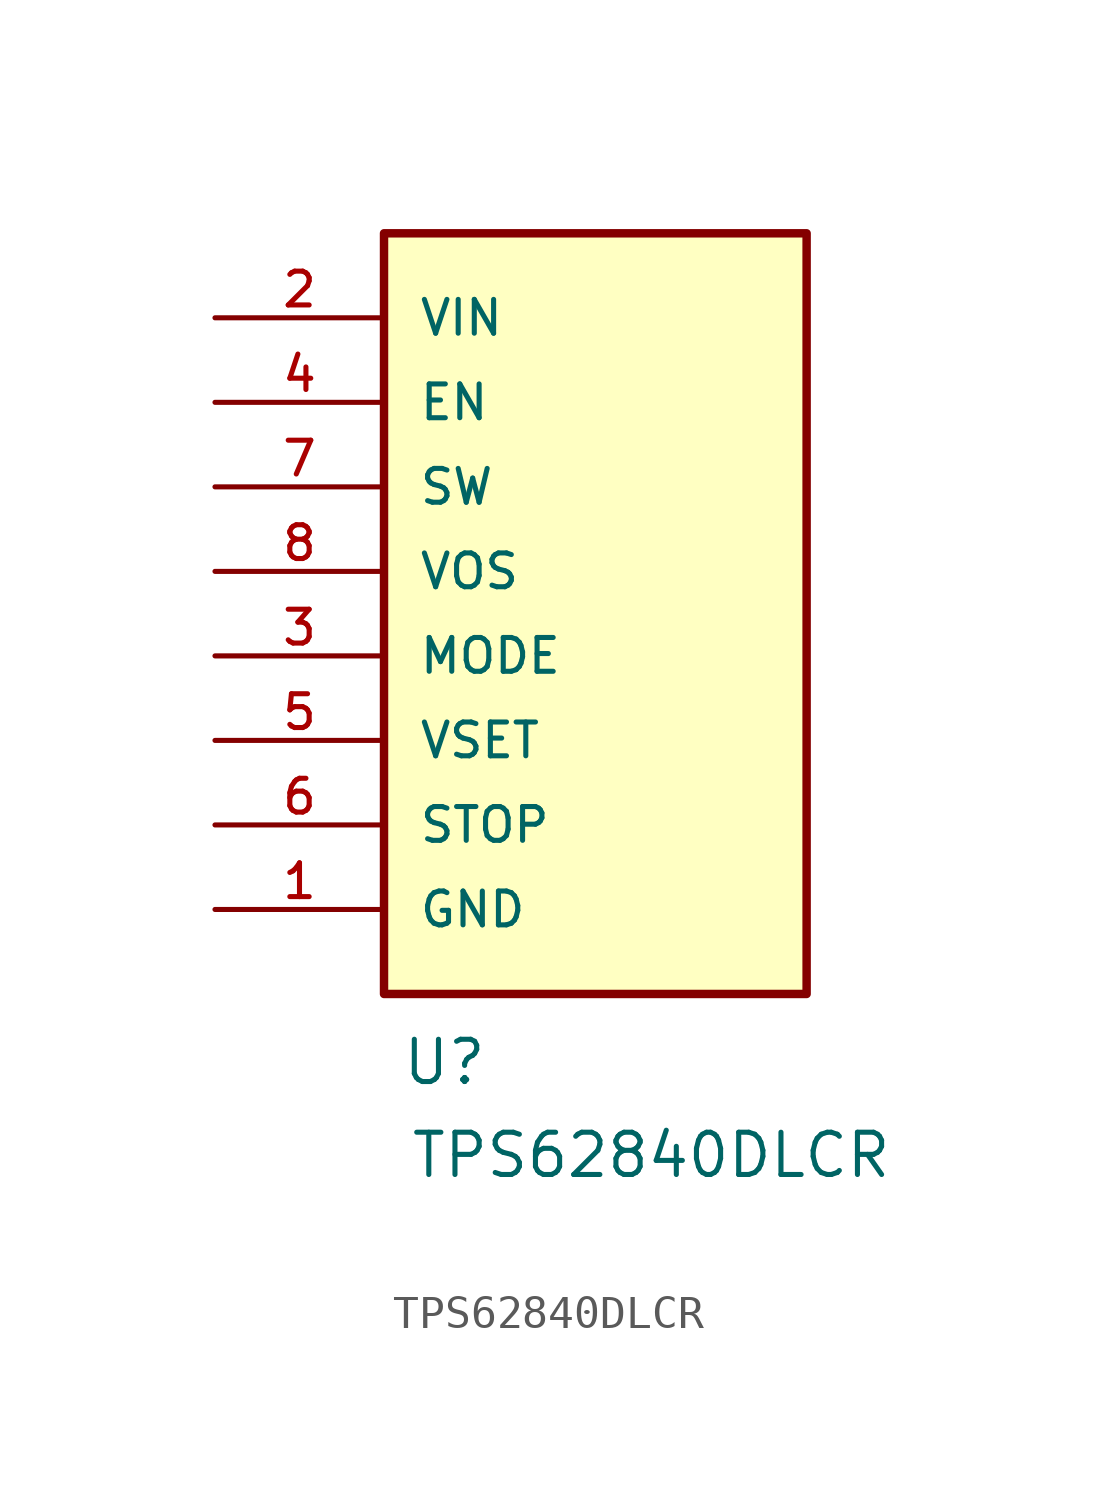
<source format=kicad_sym>
(kicad_symbol_lib
  (version 20241209)
  (generator "kicad_symbol_editor")
  (generator_version "9.0")
  (symbol "TPS62840DLCR"
    (pin_names
      (offset 1.016))
    (property "Reference" "U"
      (at 0.508 -2.794 0)
      (effects (font (size 1.27 1.27)) (justify left bottom)))
    (property "Value" "TPS62840DLCR"
      (at 0.762 -5.588 0)
      (effects (font (size 1.27 1.27)) (justify left bottom)))
    (symbol "TPS62840DLCR_0_0"
      (rectangle (start 0 22.86) (end 12.7 0) (stroke (width 0.254) (type default)) (fill (type background)))
      (pin power_in line (at -5.08 20.32 0) (length 5.08) (name "VIN" (effects (font (size 1.016 1.016)))) (number "2" (effects (font (size 1.016 1.016)))))
      (pin input line (at -5.08 17.78 0) (length 5.08) (name "EN" (effects (font (size 1.016 1.016)))) (number "4" (effects (font (size 1.016 1.016)))))
      (pin power_in line (at -5.08 15.24 0) (length 5.08) (name "SW" (effects (font (size 1.016 1.016)))) (number "7" (effects (font (size 1.016 1.016)))))
      (pin input line (at -5.08 12.7 0) (length 5.08) (name "VOS" (effects (font (size 1.016 1.016)))) (number "8" (effects (font (size 1.016 1.016)))))
      (pin input line (at -5.08 10.16 0) (length 5.08) (name "MODE" (effects (font (size 1.016 1.016)))) (number "3" (effects (font (size 1.016 1.016)))))
      (pin input line (at -5.08 7.62 0) (length 5.08) (name "VSET" (effects (font (size 1.016 1.016)))) (number "5" (effects (font (size 1.016 1.016)))))
      (pin input line (at -5.08 5.08 0) (length 5.08) (name "STOP" (effects (font (size 1.016 1.016)))) (number "6" (effects (font (size 1.016 1.016)))))
      (pin power_in line (at -5.08 2.54 0) (length 5.08) (name "GND" (effects (font (size 1.016 1.016)))) (number "1" (effects (font (size 1.016 1.016))))))))
</source>
